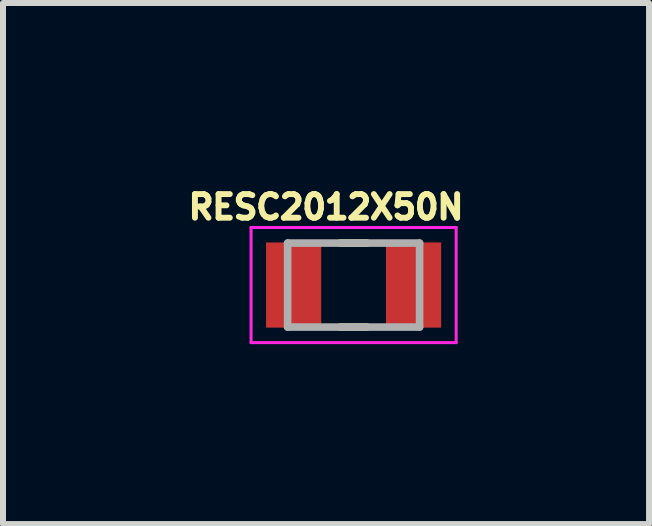
<source format=kicad_pcb>
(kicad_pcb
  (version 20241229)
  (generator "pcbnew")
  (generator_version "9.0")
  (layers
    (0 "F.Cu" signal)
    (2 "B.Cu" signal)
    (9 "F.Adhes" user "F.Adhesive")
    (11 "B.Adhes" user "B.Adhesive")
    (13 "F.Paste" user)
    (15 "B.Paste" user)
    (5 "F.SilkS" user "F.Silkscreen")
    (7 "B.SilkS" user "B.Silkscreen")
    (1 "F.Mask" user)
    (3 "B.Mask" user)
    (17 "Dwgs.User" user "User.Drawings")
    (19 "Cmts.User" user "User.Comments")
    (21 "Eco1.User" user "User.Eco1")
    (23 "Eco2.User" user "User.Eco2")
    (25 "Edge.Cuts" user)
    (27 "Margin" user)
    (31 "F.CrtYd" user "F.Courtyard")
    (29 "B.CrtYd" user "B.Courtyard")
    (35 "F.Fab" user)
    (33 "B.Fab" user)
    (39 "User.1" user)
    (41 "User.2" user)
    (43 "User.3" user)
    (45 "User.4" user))
  (footprint "RESC2012X50N"
    (layer "F.Cu")
    (at 2.846 1.703)
    (property "Reference" "RESC2012X50N" (at -0.46 -1.3 0) (layer "F.SilkS") (effects (font (size 0.394 0.394) (thickness 0.15))))
    (attr smd)
    (fp_line (start -0.22 -0.7) (end 0.22 -0.7) (stroke (width 0.127) (type solid)) (layer "F.SilkS"))
    (fp_line (start -0.22 0.7) (end 0.22 0.7) (stroke (width 0.127) (type solid)) (layer "F.SilkS"))
    (fp_line (start -1.71 -0.96) (end 1.71 -0.96) (stroke (width 0.05) (type solid)) (layer "F.CrtYd"))
    (fp_line (start -1.71 0.96) (end -1.71 -0.96) (stroke (width 0.05) (type solid)) (layer "F.CrtYd"))
    (fp_line (start -1.71 0.96) (end 1.71 0.96) (stroke (width 0.05) (type solid)) (layer "F.CrtYd"))
    (fp_line (start 1.71 0.96) (end 1.71 -0.96) (stroke (width 0.05) (type solid)) (layer "F.CrtYd"))
    (fp_line (start -1.1 0.7) (end -1.1 -0.7) (stroke (width 0.127) (type solid)) (layer "F.Fab"))
    (fp_line (start 1.1 -0.7) (end -1.1 -0.7) (stroke (width 0.127) (type solid)) (layer "F.Fab"))
    (fp_line (start 1.1 0.7) (end -1.1 0.7) (stroke (width 0.127) (type solid)) (layer "F.Fab"))
    (fp_line (start 1.1 0.7) (end 1.1 -0.7) (stroke (width 0.127) (type solid)) (layer "F.Fab"))
    (pad "1" smd rect (at -1 0) (size 0.92 1.42) (layers "F.Cu" "F.Mask" "F.Paste"))
    (pad "2" smd rect (at 1 0) (size 0.92 1.42) (layers "F.Cu" "F.Mask" "F.Paste")))
  (gr_rect
    (start -3 -3)
    (end 7.772 5.688)
    (stroke (width 0.1) (type default))
    (fill no)
    (layer "Edge.Cuts")))
</source>
